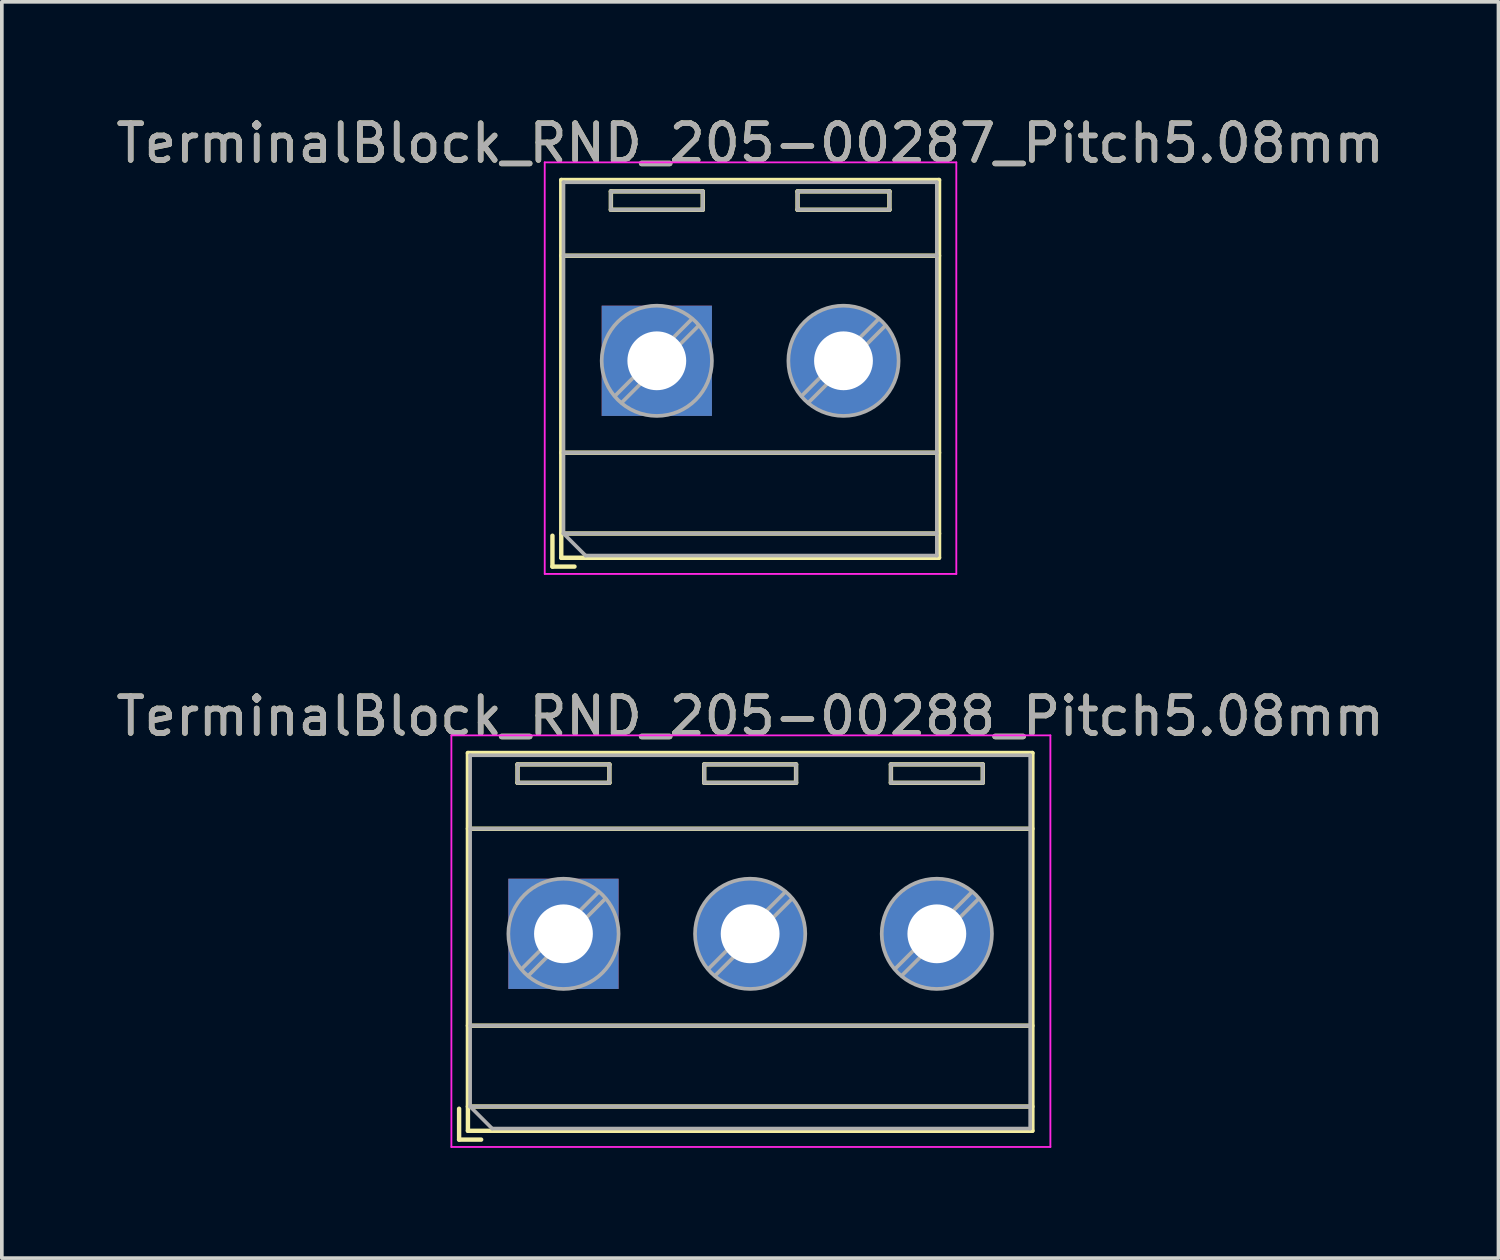
<source format=kicad_pcb>
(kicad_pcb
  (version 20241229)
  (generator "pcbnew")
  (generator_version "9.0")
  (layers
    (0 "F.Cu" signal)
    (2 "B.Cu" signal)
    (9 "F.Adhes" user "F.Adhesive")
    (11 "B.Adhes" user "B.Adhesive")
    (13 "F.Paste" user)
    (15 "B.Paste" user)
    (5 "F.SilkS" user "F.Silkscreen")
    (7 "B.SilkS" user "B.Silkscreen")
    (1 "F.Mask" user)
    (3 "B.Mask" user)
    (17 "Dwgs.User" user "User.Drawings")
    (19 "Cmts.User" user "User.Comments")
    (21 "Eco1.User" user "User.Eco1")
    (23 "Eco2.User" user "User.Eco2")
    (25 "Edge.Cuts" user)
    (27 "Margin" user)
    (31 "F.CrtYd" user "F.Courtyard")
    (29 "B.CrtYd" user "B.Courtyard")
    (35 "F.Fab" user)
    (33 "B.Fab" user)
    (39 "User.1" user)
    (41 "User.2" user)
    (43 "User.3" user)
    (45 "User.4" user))
  (footprint "TerminalBlock_RND_205-00287_Pitch5.08mm"
    (layer "F.Cu")
    (at 14.823 6.768)
    (property "Reference" "TerminalBlock_RND_205-00287_Pitch5.08mm" (at 2.54 -5.92 0) (layer "F.SilkS") (effects (font (size 1 1) (thickness 0.15))))
    (attr through_hole)
    (fp_line (start -2.84 4.76) (end -2.84 5.6) (stroke (width 0.12) (type solid)) (layer "F.SilkS"))
    (fp_line (start -2.84 5.6) (end -2.24 5.6) (stroke (width 0.12) (type solid)) (layer "F.SilkS"))
    (fp_line (start -2.6 -4.92) (end -2.6 5.36) (stroke (width 0.12) (type solid)) (layer "F.SilkS"))
    (fp_line (start -2.6 -2.86) (end 7.68 -2.86) (stroke (width 0.12) (type solid)) (layer "F.SilkS"))
    (fp_line (start -2.6 2.5) (end 7.68 2.5) (stroke (width 0.12) (type solid)) (layer "F.SilkS"))
    (fp_line (start -2.6 4.7) (end 7.68 4.7) (stroke (width 0.12) (type solid)) (layer "F.SilkS"))
    (fp_line (start -2.6 5.36) (end 7.68 5.36) (stroke (width 0.12) (type solid)) (layer "F.SilkS"))
    (fp_line (start -1.25 -4.61) (end -1.25 -4.11) (stroke (width 0.12) (type solid)) (layer "F.SilkS"))
    (fp_line (start -1.25 -4.61) (end 1.25 -4.61) (stroke (width 0.12) (type solid)) (layer "F.SilkS"))
    (fp_line (start -1.25 -4.11) (end 1.25 -4.11) (stroke (width 0.12) (type solid)) (layer "F.SilkS"))
    (fp_line (start 1.25 -4.61) (end 1.25 -4.11) (stroke (width 0.12) (type solid)) (layer "F.SilkS"))
    (fp_line (start 3.83 -4.61) (end 3.83 -4.11) (stroke (width 0.12) (type solid)) (layer "F.SilkS"))
    (fp_line (start 3.83 -4.61) (end 6.33 -4.61) (stroke (width 0.12) (type solid)) (layer "F.SilkS"))
    (fp_line (start 3.83 -4.11) (end 6.33 -4.11) (stroke (width 0.12) (type solid)) (layer "F.SilkS"))
    (fp_line (start 6.33 -4.61) (end 6.33 -4.11) (stroke (width 0.12) (type solid)) (layer "F.SilkS"))
    (fp_line (start 7.68 -4.92) (end -2.6 -4.92) (stroke (width 0.12) (type solid)) (layer "F.SilkS"))
    (fp_line (start 7.68 5.36) (end 7.68 -4.92) (stroke (width 0.12) (type solid)) (layer "F.SilkS"))
    (fp_line (start -3.05 -5.4) (end -3.05 5.8) (stroke (width 0.05) (type solid)) (layer "F.CrtYd"))
    (fp_line (start -3.05 5.8) (end 8.15 5.8) (stroke (width 0.05) (type solid)) (layer "F.CrtYd"))
    (fp_line (start 8.15 -5.4) (end -3.05 -5.4) (stroke (width 0.05) (type solid)) (layer "F.CrtYd"))
    (fp_line (start 8.15 5.8) (end 8.15 -5.4) (stroke (width 0.05) (type solid)) (layer "F.CrtYd"))
    (fp_line (start -2.54 -4.86) (end 7.62 -4.86) (stroke (width 0.1) (type solid)) (layer "F.Fab"))
    (fp_line (start -2.54 -2.86) (end 7.62 -2.86) (stroke (width 0.1) (type solid)) (layer "F.Fab"))
    (fp_line (start -2.54 2.5) (end 7.62 2.5) (stroke (width 0.1) (type solid)) (layer "F.Fab"))
    (fp_line (start -2.54 4.7) (end -2.54 -4.86) (stroke (width 0.1) (type solid)) (layer "F.Fab"))
    (fp_line (start -2.54 4.7) (end 7.62 4.7) (stroke (width 0.1) (type solid)) (layer "F.Fab"))
    (fp_line (start -1.94 5.3) (end -2.54 4.7) (stroke (width 0.1) (type solid)) (layer "F.Fab"))
    (fp_line (start -1.25 -4.61) (end -1.25 -4.11) (stroke (width 0.1) (type solid)) (layer "F.Fab"))
    (fp_line (start -1.25 -4.11) (end 1.25 -4.11) (stroke (width 0.1) (type solid)) (layer "F.Fab"))
    (fp_line (start 0.955 -1.138) (end -1.138 0.955) (stroke (width 0.1) (type solid)) (layer "F.Fab"))
    (fp_line (start 1.138 -0.955) (end -0.955 1.138) (stroke (width 0.1) (type solid)) (layer "F.Fab"))
    (fp_line (start 1.25 -4.61) (end -1.25 -4.61) (stroke (width 0.1) (type solid)) (layer "F.Fab"))
    (fp_line (start 1.25 -4.11) (end 1.25 -4.61) (stroke (width 0.1) (type solid)) (layer "F.Fab"))
    (fp_line (start 3.83 -4.61) (end 3.83 -4.11) (stroke (width 0.1) (type solid)) (layer "F.Fab"))
    (fp_line (start 3.83 -4.11) (end 6.33 -4.11) (stroke (width 0.1) (type solid)) (layer "F.Fab"))
    (fp_line (start 6.035 -1.138) (end 3.943 0.955) (stroke (width 0.1) (type solid)) (layer "F.Fab"))
    (fp_line (start 6.218 -0.955) (end 4.126 1.138) (stroke (width 0.1) (type solid)) (layer "F.Fab"))
    (fp_line (start 6.33 -4.61) (end 3.83 -4.61) (stroke (width 0.1) (type solid)) (layer "F.Fab"))
    (fp_line (start 6.33 -4.11) (end 6.33 -4.61) (stroke (width 0.1) (type solid)) (layer "F.Fab"))
    (fp_line (start 7.62 -4.86) (end 7.62 5.3) (stroke (width 0.1) (type solid)) (layer "F.Fab"))
    (fp_line (start 7.62 5.3) (end -1.94 5.3) (stroke (width 0.1) (type solid)) (layer "F.Fab"))
    (fp_circle (center 0 0) (end 1.5 0) (stroke (width 0.1) (type solid)) (fill no) (layer "F.Fab"))
    (fp_circle (center 5.08 0) (end 6.58 0) (stroke (width 0.1) (type solid)) (fill no) (layer "F.Fab"))
    (fp_text user "${REFERENCE}" (at 2.54 -5.92 0) (layer "F.Fab") (effects (font (size 1 1) (thickness 0.15))))
    (pad "1" thru_hole rect (at 0 0) (size 3 3) (drill 1.6) (layers "*.Cu" "*.Mask"))
    (pad "2" thru_hole oval (at 5.08 0) (size 3 3) (drill 1.6) (layers "*.Cu" "*.Mask")))
  (footprint "TerminalBlock_RND_205-00288_Pitch5.08mm"
    (layer "F.Cu")
    (at 12.283 22.361)
    (property "Reference" "TerminalBlock_RND_205-00288_Pitch5.08mm" (at 5.08 -5.92 0) (layer "F.SilkS") (effects (font (size 1 1) (thickness 0.15))))
    (attr through_hole)
    (fp_line (start -2.84 4.76) (end -2.84 5.6) (stroke (width 0.12) (type solid)) (layer "F.SilkS"))
    (fp_line (start -2.84 5.6) (end -2.24 5.6) (stroke (width 0.12) (type solid)) (layer "F.SilkS"))
    (fp_line (start -2.6 -4.92) (end -2.6 5.36) (stroke (width 0.12) (type solid)) (layer "F.SilkS"))
    (fp_line (start -2.6 -2.86) (end 12.76 -2.86) (stroke (width 0.12) (type solid)) (layer "F.SilkS"))
    (fp_line (start -2.6 2.5) (end 12.76 2.5) (stroke (width 0.12) (type solid)) (layer "F.SilkS"))
    (fp_line (start -2.6 4.7) (end 12.76 4.7) (stroke (width 0.12) (type solid)) (layer "F.SilkS"))
    (fp_line (start -2.6 5.36) (end 12.76 5.36) (stroke (width 0.12) (type solid)) (layer "F.SilkS"))
    (fp_line (start -1.25 -4.61) (end -1.25 -4.11) (stroke (width 0.12) (type solid)) (layer "F.SilkS"))
    (fp_line (start -1.25 -4.61) (end 1.25 -4.61) (stroke (width 0.12) (type solid)) (layer "F.SilkS"))
    (fp_line (start -1.25 -4.11) (end 1.25 -4.11) (stroke (width 0.12) (type solid)) (layer "F.SilkS"))
    (fp_line (start 1.25 -4.61) (end 1.25 -4.11) (stroke (width 0.12) (type solid)) (layer "F.SilkS"))
    (fp_line (start 3.83 -4.61) (end 3.83 -4.11) (stroke (width 0.12) (type solid)) (layer "F.SilkS"))
    (fp_line (start 3.83 -4.61) (end 6.33 -4.61) (stroke (width 0.12) (type solid)) (layer "F.SilkS"))
    (fp_line (start 3.83 -4.11) (end 6.33 -4.11) (stroke (width 0.12) (type solid)) (layer "F.SilkS"))
    (fp_line (start 6.33 -4.61) (end 6.33 -4.11) (stroke (width 0.12) (type solid)) (layer "F.SilkS"))
    (fp_line (start 8.91 -4.61) (end 8.91 -4.11) (stroke (width 0.12) (type solid)) (layer "F.SilkS"))
    (fp_line (start 8.91 -4.61) (end 11.41 -4.61) (stroke (width 0.12) (type solid)) (layer "F.SilkS"))
    (fp_line (start 8.91 -4.11) (end 11.41 -4.11) (stroke (width 0.12) (type solid)) (layer "F.SilkS"))
    (fp_line (start 11.41 -4.61) (end 11.41 -4.11) (stroke (width 0.12) (type solid)) (layer "F.SilkS"))
    (fp_line (start 12.76 -4.92) (end -2.6 -4.92) (stroke (width 0.12) (type solid)) (layer "F.SilkS"))
    (fp_line (start 12.76 5.36) (end 12.76 -4.92) (stroke (width 0.12) (type solid)) (layer "F.SilkS"))
    (fp_line (start -3.05 -5.4) (end -3.05 5.8) (stroke (width 0.05) (type solid)) (layer "F.CrtYd"))
    (fp_line (start -3.05 5.8) (end 13.25 5.8) (stroke (width 0.05) (type solid)) (layer "F.CrtYd"))
    (fp_line (start 13.25 -5.4) (end -3.05 -5.4) (stroke (width 0.05) (type solid)) (layer "F.CrtYd"))
    (fp_line (start 13.25 5.8) (end 13.25 -5.4) (stroke (width 0.05) (type solid)) (layer "F.CrtYd"))
    (fp_line (start -2.54 -4.86) (end 12.7 -4.86) (stroke (width 0.1) (type solid)) (layer "F.Fab"))
    (fp_line (start -2.54 -2.86) (end 12.7 -2.86) (stroke (width 0.1) (type solid)) (layer "F.Fab"))
    (fp_line (start -2.54 2.5) (end 12.7 2.5) (stroke (width 0.1) (type solid)) (layer "F.Fab"))
    (fp_line (start -2.54 4.7) (end -2.54 -4.86) (stroke (width 0.1) (type solid)) (layer "F.Fab"))
    (fp_line (start -2.54 4.7) (end 12.7 4.7) (stroke (width 0.1) (type solid)) (layer "F.Fab"))
    (fp_line (start -1.94 5.3) (end -2.54 4.7) (stroke (width 0.1) (type solid)) (layer "F.Fab"))
    (fp_line (start -1.25 -4.61) (end -1.25 -4.11) (stroke (width 0.1) (type solid)) (layer "F.Fab"))
    (fp_line (start -1.25 -4.11) (end 1.25 -4.11) (stroke (width 0.1) (type solid)) (layer "F.Fab"))
    (fp_line (start 0.955 -1.138) (end -1.138 0.955) (stroke (width 0.1) (type solid)) (layer "F.Fab"))
    (fp_line (start 1.138 -0.955) (end -0.955 1.138) (stroke (width 0.1) (type solid)) (layer "F.Fab"))
    (fp_line (start 1.25 -4.61) (end -1.25 -4.61) (stroke (width 0.1) (type solid)) (layer "F.Fab"))
    (fp_line (start 1.25 -4.11) (end 1.25 -4.61) (stroke (width 0.1) (type solid)) (layer "F.Fab"))
    (fp_line (start 3.83 -4.61) (end 3.83 -4.11) (stroke (width 0.1) (type solid)) (layer "F.Fab"))
    (fp_line (start 3.83 -4.11) (end 6.33 -4.11) (stroke (width 0.1) (type solid)) (layer "F.Fab"))
    (fp_line (start 6.035 -1.138) (end 3.943 0.955) (stroke (width 0.1) (type solid)) (layer "F.Fab"))
    (fp_line (start 6.218 -0.955) (end 4.126 1.138) (stroke (width 0.1) (type solid)) (layer "F.Fab"))
    (fp_line (start 6.33 -4.61) (end 3.83 -4.61) (stroke (width 0.1) (type solid)) (layer "F.Fab"))
    (fp_line (start 6.33 -4.11) (end 6.33 -4.61) (stroke (width 0.1) (type solid)) (layer "F.Fab"))
    (fp_line (start 8.91 -4.61) (end 8.91 -4.11) (stroke (width 0.1) (type solid)) (layer "F.Fab"))
    (fp_line (start 8.91 -4.11) (end 11.41 -4.11) (stroke (width 0.1) (type solid)) (layer "F.Fab"))
    (fp_line (start 11.115 -1.138) (end 9.023 0.955) (stroke (width 0.1) (type solid)) (layer "F.Fab"))
    (fp_line (start 11.298 -0.955) (end 9.206 1.138) (stroke (width 0.1) (type solid)) (layer "F.Fab"))
    (fp_line (start 11.41 -4.61) (end 8.91 -4.61) (stroke (width 0.1) (type solid)) (layer "F.Fab"))
    (fp_line (start 11.41 -4.11) (end 11.41 -4.61) (stroke (width 0.1) (type solid)) (layer "F.Fab"))
    (fp_line (start 12.7 -4.86) (end 12.7 5.3) (stroke (width 0.1) (type solid)) (layer "F.Fab"))
    (fp_line (start 12.7 5.3) (end -1.94 5.3) (stroke (width 0.1) (type solid)) (layer "F.Fab"))
    (fp_circle (center 0 0) (end 1.5 0) (stroke (width 0.1) (type solid)) (fill no) (layer "F.Fab"))
    (fp_circle (center 5.08 0) (end 6.58 0) (stroke (width 0.1) (type solid)) (fill no) (layer "F.Fab"))
    (fp_circle (center 10.16 0) (end 11.66 0) (stroke (width 0.1) (type solid)) (fill no) (layer "F.Fab"))
    (fp_text user "${REFERENCE}" (at 5.08 -5.92 0) (layer "F.Fab") (effects (font (size 1 1) (thickness 0.15))))
    (pad "1" thru_hole rect (at 0 0) (size 3 3) (drill 1.6) (layers "*.Cu" "*.Mask"))
    (pad "2" thru_hole oval (at 5.08 0) (size 3 3) (drill 1.6) (layers "*.Cu" "*.Mask"))
    (pad "3" thru_hole oval (at 10.16 0) (size 3 3) (drill 1.6) (layers "*.Cu" "*.Mask")))
  (gr_rect
    (start -3 -3)
    (end 37.726 31.186)
    (stroke (width 0.1) (type default))
    (fill no)
    (layer "Edge.Cuts")))
</source>
